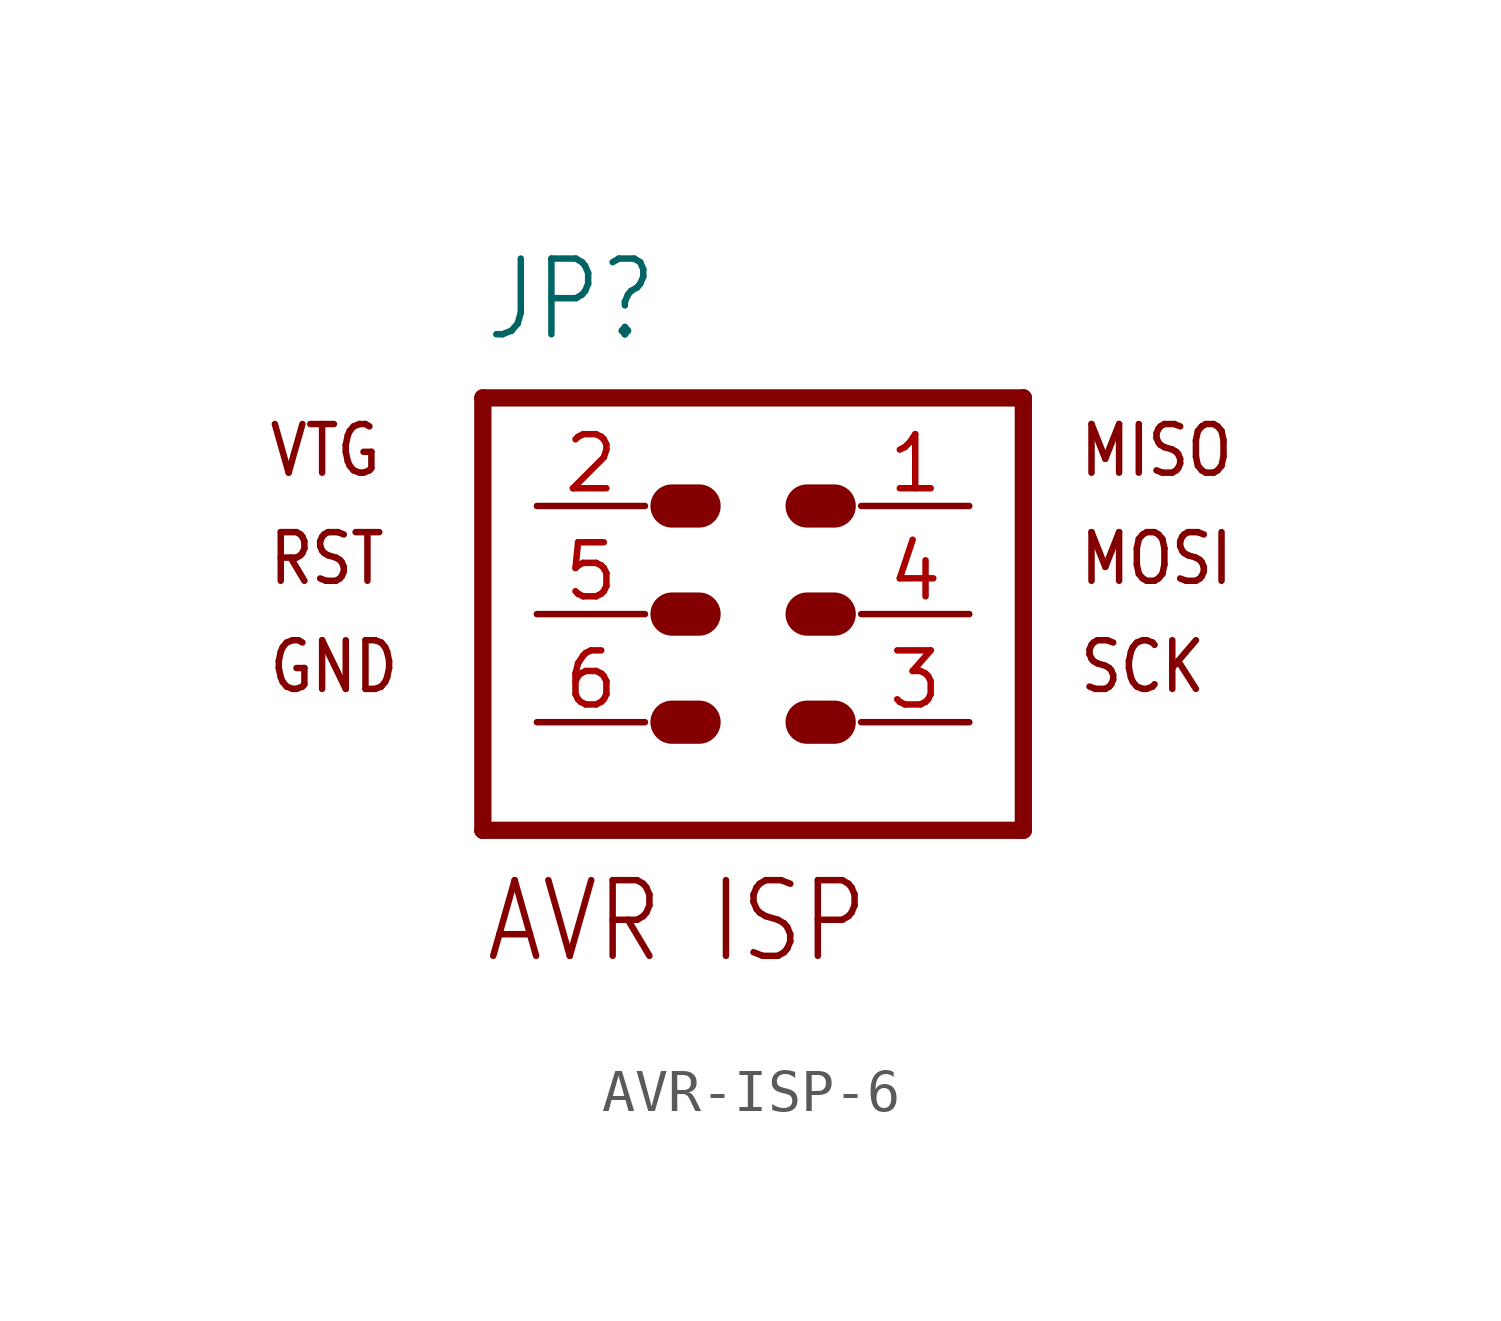
<source format=kicad_sym>
(kicad_symbol_lib
  (version 20211014)
  (generator kicad_symbol_editor)
  (symbol "AVR-ISP-6"
    (property "Reference" "JP"
      (at -6.35 6.35 0)
      (effects (font (size 1.778 1.511)) (justify left bottom)))
    (property "ki_locked" ""
      (at 0 0 0)
      (effects (font (size 1.27 1.27))))
    (symbol "AVR-ISP-6_1_0"
      (polyline (pts (xy -6.35 -5.08) (xy 6.35 -5.08)) (stroke (width 0.406) (type default) (color 0 0 0 0)) (fill (type none)))
      (polyline (pts (xy -6.35 5.08) (xy -6.35 -5.08)) (stroke (width 0.406) (type default) (color 0 0 0 0)) (fill (type none)))
      (polyline (pts (xy -1.905 -2.54) (xy -1.27 -2.54)) (stroke (width 1.016) (type default) (color 0 0 0 0)) (fill (type none)))
      (polyline (pts (xy -1.905 0) (xy -1.27 0)) (stroke (width 1.016) (type default) (color 0 0 0 0)) (fill (type none)))
      (polyline (pts (xy -1.905 2.54) (xy -1.27 2.54)) (stroke (width 1.016) (type default) (color 0 0 0 0)) (fill (type none)))
      (polyline (pts (xy 1.27 -2.54) (xy 1.905 -2.54)) (stroke (width 1.016) (type default) (color 0 0 0 0)) (fill (type none)))
      (polyline (pts (xy 1.27 0) (xy 1.905 0)) (stroke (width 1.016) (type default) (color 0 0 0 0)) (fill (type none)))
      (polyline (pts (xy 1.27 2.54) (xy 1.905 2.54)) (stroke (width 1.016) (type default) (color 0 0 0 0)) (fill (type none)))
      (polyline (pts (xy 6.35 -5.08) (xy 6.35 5.08)) (stroke (width 0.406) (type default) (color 0 0 0 0)) (fill (type none)))
      (polyline (pts (xy 6.35 5.08) (xy -6.35 5.08)) (stroke (width 0.406) (type default) (color 0 0 0 0)) (fill (type none)))
      (text "AVR ISP" (at -6.35 -8.255 0) (effects (font (size 1.778 1.511)) (justify left bottom)))
      (text "GND" (at -11.43 -1.905 0) (effects (font (size 1.143 0.972)) (justify left bottom)))
      (text "MISO" (at 7.62 3.175 0) (effects (font (size 1.143 0.972)) (justify left bottom)))
      (text "MOSI" (at 7.62 0.635 0) (effects (font (size 1.143 0.972)) (justify left bottom)))
      (text "RST" (at -11.43 0.635 0) (effects (font (size 1.143 0.972)) (justify left bottom)))
      (text "SCK" (at 7.62 -1.905 0) (effects (font (size 1.143 0.972)) (justify left bottom)))
      (text "VTG" (at -11.43 3.175 0) (effects (font (size 1.143 0.972)) (justify left bottom)))
      (pin passive line (at 5.08 2.54 180) (length 2.54) (name "1" (effects (font (size 0 0)))) (number "1" (effects (font (size 1.27 1.27)))))
      (pin passive line (at -5.08 2.54 0) (length 2.54) (name "2" (effects (font (size 0 0)))) (number "2" (effects (font (size 1.27 1.27)))))
      (pin passive line (at 5.08 -2.54 180) (length 2.54) (name "3" (effects (font (size 0 0)))) (number "3" (effects (font (size 1.27 1.27)))))
      (pin passive line (at 5.08 0 180) (length 2.54) (name "4" (effects (font (size 0 0)))) (number "4" (effects (font (size 1.27 1.27)))))
      (pin passive line (at -5.08 0 0) (length 2.54) (name "5" (effects (font (size 0 0)))) (number "5" (effects (font (size 1.27 1.27)))))
      (pin passive line (at -5.08 -2.54 0) (length 2.54) (name "6" (effects (font (size 0 0)))) (number "6" (effects (font (size 1.27 1.27))))))))
</source>
